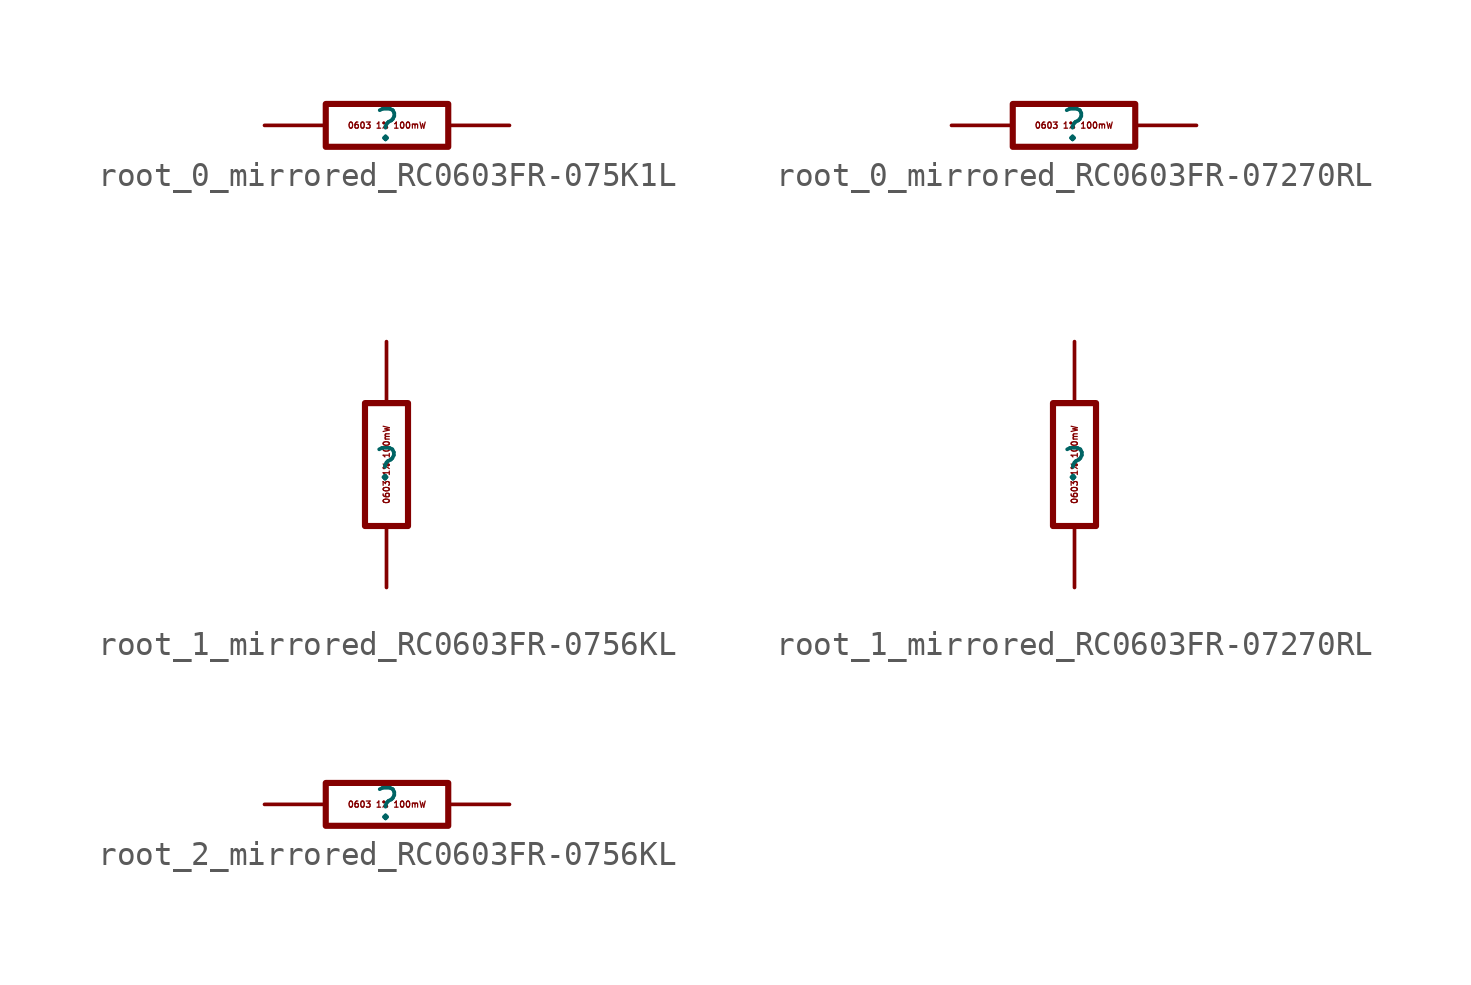
<source format=kicad_sym>
(kicad_symbol_lib
  (version 20231120)
  (generator "kicad_symbol_editor")
  (generator_version "8.0")
  (symbol "root_0_mirrored_RC0603FR-075K1L"
    (property "Reference" ""
      (at 0 0 0)
      (effects (font (size 1.27 1.27))))
    (property "Value" ""
      (at 0 0 0)
      (effects (font (size 1.27 1.27))))
    (symbol "root_0_mirrored_RC0603FR-075K1L_1_0"
      (polyline (pts (xy 2.54 0) (xy 2.54 0.889) (xy -2.54 0.889) (xy -2.54 -0.889) (xy 2.54 -0.889) (xy 2.54 0)) (stroke (width 0.254) (type solid)) (fill (type none)))
      (text "0603 1% 100mW" (at 0 0 0) (effects (font (size 0.254 0.254) (thickness 0.051) (bold yes))))
      (pin passive line (at 5.08 0 180) (length 2.54) (name "1" (effects (font (size 0 0)))) (number "1" (effects (font (size 0 0)))))
      (pin passive line (at -5.08 0 0) (length 2.54) (name "2" (effects (font (size 0 0)))) (number "2" (effects (font (size 0 0)))))))
  (symbol "root_0_mirrored_RC0603FR-07270RL"
    (property "Reference" ""
      (at 0 0 0)
      (effects (font (size 1.27 1.27))))
    (property "Value" ""
      (at 0 0 0)
      (effects (font (size 1.27 1.27))))
    (symbol "root_0_mirrored_RC0603FR-07270RL_1_0"
      (polyline (pts (xy 2.54 0) (xy 2.54 0.889) (xy -2.54 0.889) (xy -2.54 -0.889) (xy 2.54 -0.889) (xy 2.54 0)) (stroke (width 0.254) (type solid)) (fill (type none)))
      (text "0603 1% 100mW" (at 0 0 0) (effects (font (size 0.254 0.254) (thickness 0.051) (bold yes))))
      (pin passive line (at 5.08 0 180) (length 2.54) (name "1" (effects (font (size 0 0)))) (number "1" (effects (font (size 0 0)))))
      (pin passive line (at -5.08 0 0) (length 2.54) (name "2" (effects (font (size 0 0)))) (number "2" (effects (font (size 0 0)))))))
  (symbol "root_1_mirrored_RC0603FR-0756KL"
    (property "Reference" ""
      (at 0 0 0)
      (effects (font (size 1.27 1.27))))
    (property "Value" ""
      (at 0 0 0)
      (effects (font (size 1.27 1.27))))
    (symbol "root_1_mirrored_RC0603FR-0756KL_1_0"
      (polyline (pts (xy 0 -2.54) (xy 0.889 -2.54) (xy 0.889 2.54) (xy -0.889 2.54) (xy -0.889 -2.54) (xy 0 -2.54)) (stroke (width 0.254) (type solid)) (fill (type none)))
      (text "0603 1% 100mW" (at 0 0 900) (effects (font (size 0.254 0.254) (thickness 0.051) (bold yes))))
      (pin passive line (at 0 -5.08 90) (length 2.54) (name "1" (effects (font (size 0 0)))) (number "1" (effects (font (size 0 0)))))
      (pin passive line (at 0 5.08 270) (length 2.54) (name "2" (effects (font (size 0 0)))) (number "2" (effects (font (size 0 0)))))))
  (symbol "root_1_mirrored_RC0603FR-07270RL"
    (property "Reference" ""
      (at 0 0 0)
      (effects (font (size 1.27 1.27))))
    (property "Value" ""
      (at 0 0 0)
      (effects (font (size 1.27 1.27))))
    (symbol "root_1_mirrored_RC0603FR-07270RL_1_0"
      (polyline (pts (xy 0 -2.54) (xy 0.889 -2.54) (xy 0.889 2.54) (xy -0.889 2.54) (xy -0.889 -2.54) (xy 0 -2.54)) (stroke (width 0.254) (type solid)) (fill (type none)))
      (text "0603 1% 100mW" (at 0 0 900) (effects (font (size 0.254 0.254) (thickness 0.051) (bold yes))))
      (pin passive line (at 0 -5.08 90) (length 2.54) (name "1" (effects (font (size 0 0)))) (number "1" (effects (font (size 0 0)))))
      (pin passive line (at 0 5.08 270) (length 2.54) (name "2" (effects (font (size 0 0)))) (number "2" (effects (font (size 0 0)))))))
  (symbol "root_2_mirrored_RC0603FR-0756KL"
    (property "Reference" ""
      (at 0 0 0)
      (effects (font (size 1.27 1.27))))
    (property "Value" ""
      (at 0 0 0)
      (effects (font (size 1.27 1.27))))
    (symbol "root_2_mirrored_RC0603FR-0756KL_1_0"
      (polyline (pts (xy -2.54 0) (xy -2.54 -0.889) (xy 2.54 -0.889) (xy 2.54 0.889) (xy -2.54 0.889) (xy -2.54 0)) (stroke (width 0.254) (type solid)) (fill (type none)))
      (text "0603 1% 100mW" (at 0 0 0) (effects (font (size 0.254 0.254) (thickness 0.051) (bold yes))))
      (pin passive line (at -5.08 0 0) (length 2.54) (name "1" (effects (font (size 0 0)))) (number "1" (effects (font (size 0 0)))))
      (pin passive line (at 5.08 0 180) (length 2.54) (name "2" (effects (font (size 0 0)))) (number "2" (effects (font (size 0 0))))))))
</source>
